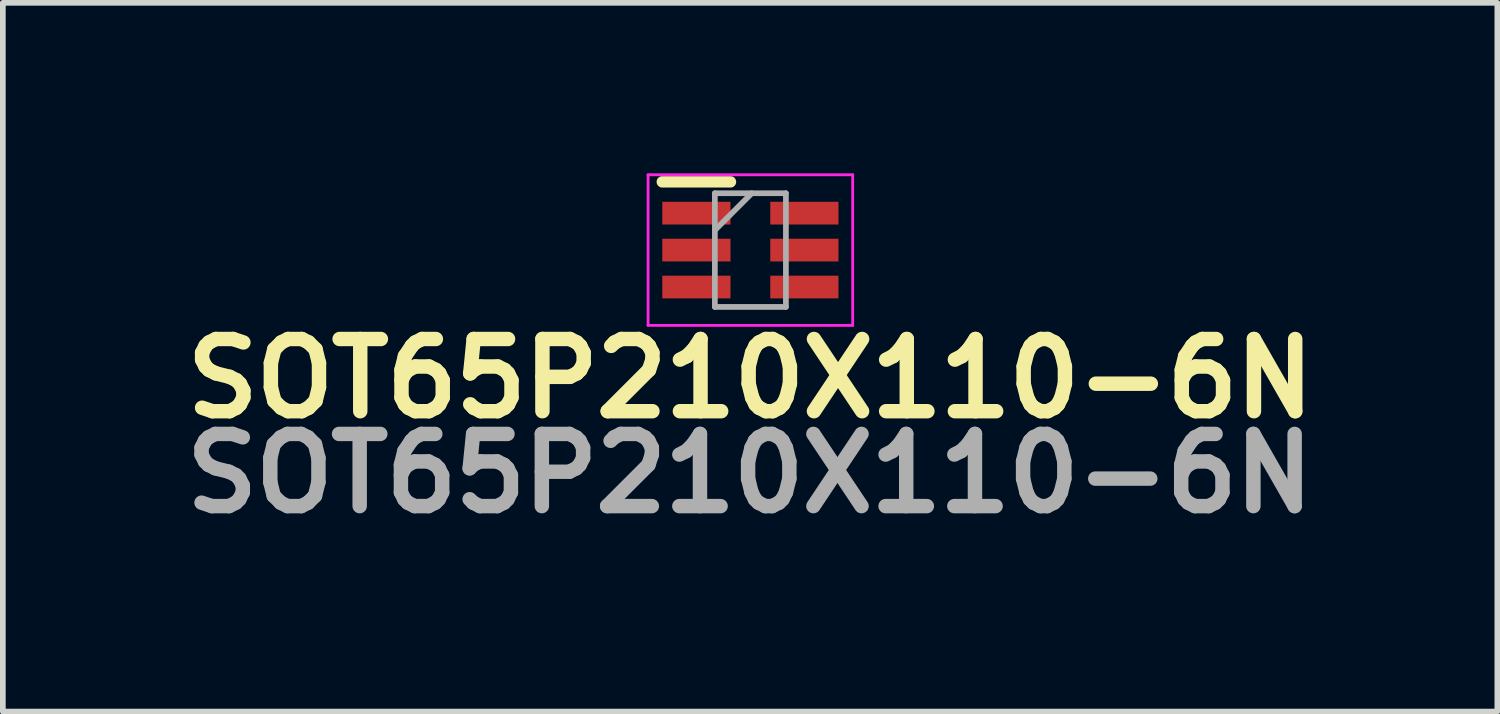
<source format=kicad_pcb>
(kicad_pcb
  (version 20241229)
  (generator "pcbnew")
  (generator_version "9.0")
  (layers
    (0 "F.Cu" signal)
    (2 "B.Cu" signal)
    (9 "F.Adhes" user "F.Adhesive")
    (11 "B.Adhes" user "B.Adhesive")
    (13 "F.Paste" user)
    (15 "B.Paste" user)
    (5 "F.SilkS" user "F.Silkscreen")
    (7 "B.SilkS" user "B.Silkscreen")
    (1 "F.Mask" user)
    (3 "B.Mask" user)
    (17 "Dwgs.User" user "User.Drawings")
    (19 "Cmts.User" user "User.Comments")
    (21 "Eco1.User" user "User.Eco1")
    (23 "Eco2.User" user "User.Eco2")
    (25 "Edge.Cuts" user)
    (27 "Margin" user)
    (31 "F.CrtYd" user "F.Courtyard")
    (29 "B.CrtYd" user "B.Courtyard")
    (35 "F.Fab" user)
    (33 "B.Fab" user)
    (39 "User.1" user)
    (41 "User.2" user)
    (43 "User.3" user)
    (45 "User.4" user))
  (footprint "SOT65P210X110-6N"
    (layer "F.Cu")
    (at 10.152 1.35)
    (property "Reference" "SOT65P210X110-6N" (at 0 2.26 0) (layer "F.SilkS") (effects (font (size 1.27 1.27) (thickness 0.254))))
    (attr smd)
    (fp_line (start -1.55 -1.2) (end -0.35 -1.2) (stroke (width 0.2) (type solid)) (layer "F.SilkS"))
    (fp_line (start -1.8 -1.325) (end 1.8 -1.325) (stroke (width 0.05) (type solid)) (layer "F.CrtYd"))
    (fp_line (start -1.8 1.325) (end -1.8 -1.325) (stroke (width 0.05) (type solid)) (layer "F.CrtYd"))
    (fp_line (start 1.8 -1.325) (end 1.8 1.325) (stroke (width 0.05) (type solid)) (layer "F.CrtYd"))
    (fp_line (start 1.8 1.325) (end -1.8 1.325) (stroke (width 0.05) (type solid)) (layer "F.CrtYd"))
    (fp_line (start -0.625 -1) (end 0.625 -1) (stroke (width 0.1) (type solid)) (layer "F.Fab"))
    (fp_line (start -0.625 -0.35) (end 0.025 -1) (stroke (width 0.1) (type solid)) (layer "F.Fab"))
    (fp_line (start -0.625 1) (end -0.625 -1) (stroke (width 0.1) (type solid)) (layer "F.Fab"))
    (fp_line (start 0.625 -1) (end 0.625 1) (stroke (width 0.1) (type solid)) (layer "F.Fab"))
    (fp_line (start 0.625 1) (end -0.625 1) (stroke (width 0.1) (type solid)) (layer "F.Fab"))
    (fp_text user "${REFERENCE}" (at -0.01 3.93 0) (layer "F.Fab") (effects (font (size 1.27 1.27) (thickness 0.254))))
    (pad "1" smd rect (at -0.95 -0.65 90) (size 0.4 1.2) (layers "F.Cu" "F.Mask" "F.Paste"))
    (pad "2" smd rect (at -0.95 0 90) (size 0.4 1.2) (layers "F.Cu" "F.Mask" "F.Paste"))
    (pad "3" smd rect (at -0.95 0.65 90) (size 0.4 1.2) (layers "F.Cu" "F.Mask" "F.Paste"))
    (pad "4" smd rect (at 0.95 0.65 90) (size 0.4 1.2) (layers "F.Cu" "F.Mask" "F.Paste"))
    (pad "5" smd rect (at 0.95 0 90) (size 0.4 1.2) (layers "F.Cu" "F.Mask" "F.Paste"))
    (pad "6" smd rect (at 0.95 -0.65 90) (size 0.4 1.2) (layers "F.Cu" "F.Mask" "F.Paste")))
  (gr_rect
    (start -3 -3)
    (end 23.294 9.469)
    (stroke (width 0.1) (type default))
    (fill no)
    (layer "Edge.Cuts")))
</source>
